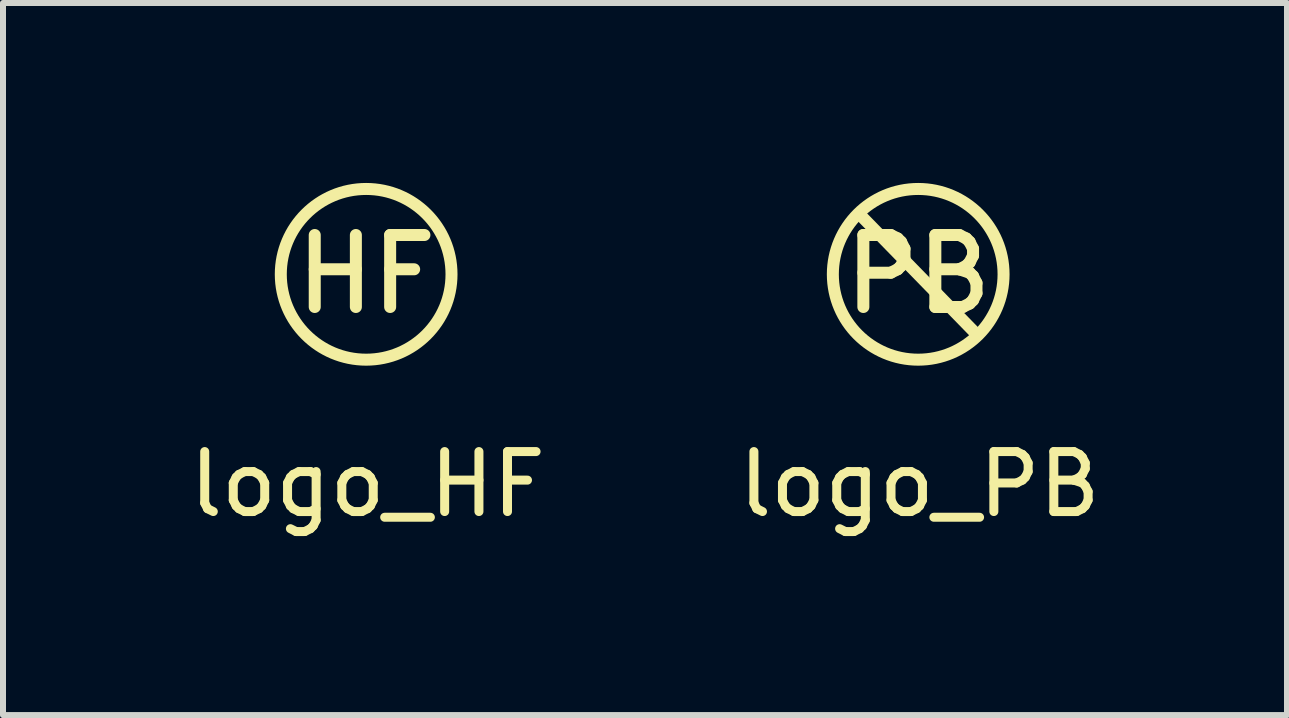
<source format=kicad_pcb>
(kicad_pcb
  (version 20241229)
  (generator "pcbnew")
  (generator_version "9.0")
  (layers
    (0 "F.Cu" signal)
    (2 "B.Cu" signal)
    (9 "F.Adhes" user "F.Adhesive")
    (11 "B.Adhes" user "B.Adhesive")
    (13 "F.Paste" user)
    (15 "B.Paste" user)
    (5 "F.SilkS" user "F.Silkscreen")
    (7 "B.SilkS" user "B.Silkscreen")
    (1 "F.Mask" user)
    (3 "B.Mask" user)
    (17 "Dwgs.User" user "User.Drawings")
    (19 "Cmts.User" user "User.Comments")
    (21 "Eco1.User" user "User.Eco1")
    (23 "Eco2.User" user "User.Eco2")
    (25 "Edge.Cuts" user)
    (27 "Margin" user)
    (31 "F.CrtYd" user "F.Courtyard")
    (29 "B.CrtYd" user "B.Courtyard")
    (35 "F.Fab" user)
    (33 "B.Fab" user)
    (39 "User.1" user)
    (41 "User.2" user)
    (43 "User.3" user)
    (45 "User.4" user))
  (footprint "logo_PB"
    (layer "F.Cu")
    (at 12.28 1.523)
    (property "Reference" "logo_PB" (at 0 3.5 0) (unlocked yes) (layer "F.SilkS") (effects (font (size 1 1) (thickness 0.15))))
    (fp_line (start -1 -1) (end 0.95 1) (stroke (width 0.2) (type solid)) (layer "F.SilkS"))
    (fp_circle (center -0.023 0) (end 1.4 0) (stroke (width 0.2) (type solid)) (fill no) (layer "F.SilkS"))
    (fp_text user "PB" (at -0.023 0 0) (unlocked yes) (layer "F.SilkS") (effects (font (size 1.2 1.2) (thickness 0.2)))))
  (footprint "logo_HF"
    (layer "F.Cu")
    (at 3.077 1.523)
    (property "Reference" "logo_HF" (at 0 3.5 0) (unlocked yes) (layer "F.SilkS") (effects (font (size 1 1) (thickness 0.15))))
    (fp_circle (center -0.023 0) (end 1.4 0) (stroke (width 0.2) (type solid)) (fill no) (layer "F.SilkS"))
    (fp_text user "HF" (at -0.023 0 0) (unlocked yes) (layer "F.SilkS") (effects (font (size 1.2 1.2) (thickness 0.2)))))
  (gr_rect
    (start -3 -3)
    (end 18.405 8.871)
    (stroke (width 0.1) (type default))
    (fill no)
    (layer "Edge.Cuts")))
</source>
